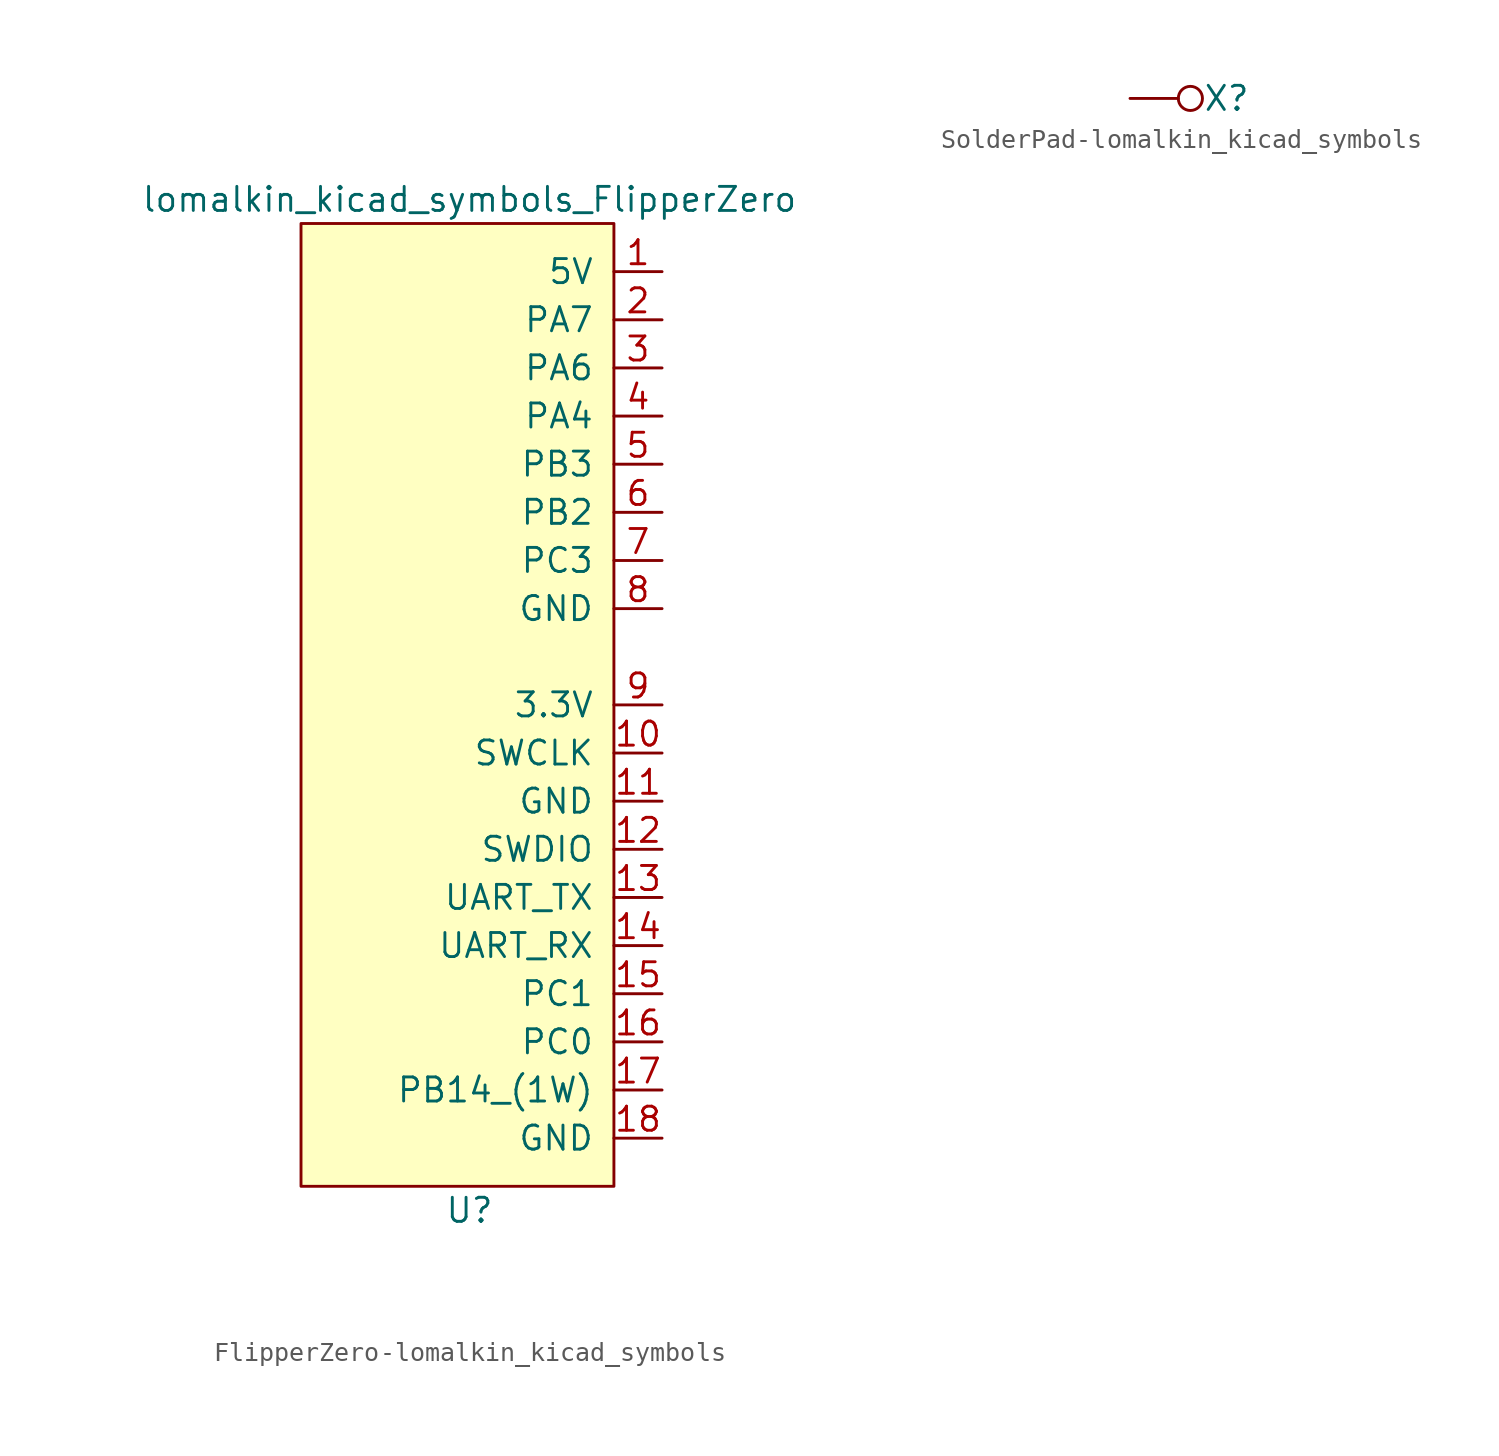
<source format=kicad_sym>
(kicad_symbol_lib
  (version 20231120)
  (generator "kicad_symbol_editor")
  (generator_version "8.0")
  (symbol "FlipperZero-lomalkin_kicad_symbols"
    (pin_names
      (offset 1.016))
    (property "Reference" "U"
      (at 0 -25.4 0)
      (effects (font (size 1.27 1.27))))
    (property "Value" "lomalkin_kicad_symbols_FlipperZero"
      (at 0 27.94 0)
      (effects (font (size 1.27 1.27))))
    (symbol "FlipperZero-lomalkin_kicad_symbols_0_1"
      (rectangle (start 7.62 26.67) (end -8.89 -24.13) (stroke (width 0) (type solid)) (fill (type background))))
    (symbol "FlipperZero-lomalkin_kicad_symbols_1_1"
      (pin input line (at 10.16 24.13 180) (length 2.54) (name "5V" (effects (font (size 1.27 1.27)))) (number "1" (effects (font (size 1.27 1.27)))))
      (pin input line (at 10.16 -1.27 180) (length 2.54) (name "SWCLK" (effects (font (size 1.27 1.27)))) (number "10" (effects (font (size 1.27 1.27)))))
      (pin input line (at 10.16 -3.81 180) (length 2.54) (name "GND" (effects (font (size 1.27 1.27)))) (number "11" (effects (font (size 1.27 1.27)))))
      (pin input line (at 10.16 -6.35 180) (length 2.54) (name "SWDIO" (effects (font (size 1.27 1.27)))) (number "12" (effects (font (size 1.27 1.27)))))
      (pin input line (at 10.16 -8.89 180) (length 2.54) (name "UART_TX" (effects (font (size 1.27 1.27)))) (number "13" (effects (font (size 1.27 1.27)))))
      (pin input line (at 10.16 -11.43 180) (length 2.54) (name "UART_RX" (effects (font (size 1.27 1.27)))) (number "14" (effects (font (size 1.27 1.27)))))
      (pin input line (at 10.16 -13.97 180) (length 2.54) (name "PC1" (effects (font (size 1.27 1.27)))) (number "15" (effects (font (size 1.27 1.27)))))
      (pin input line (at 10.16 -16.51 180) (length 2.54) (name "PC0" (effects (font (size 1.27 1.27)))) (number "16" (effects (font (size 1.27 1.27)))))
      (pin input line (at 10.16 -19.05 180) (length 2.54) (name "PB14_(1W)" (effects (font (size 1.27 1.27)))) (number "17" (effects (font (size 1.27 1.27)))))
      (pin input line (at 10.16 -21.59 180) (length 2.54) (name "GND" (effects (font (size 1.27 1.27)))) (number "18" (effects (font (size 1.27 1.27)))))
      (pin input line (at 10.16 21.59 180) (length 2.54) (name "PA7" (effects (font (size 1.27 1.27)))) (number "2" (effects (font (size 1.27 1.27)))))
      (pin input line (at 10.16 19.05 180) (length 2.54) (name "PA6" (effects (font (size 1.27 1.27)))) (number "3" (effects (font (size 1.27 1.27)))))
      (pin input line (at 10.16 16.51 180) (length 2.54) (name "PA4" (effects (font (size 1.27 1.27)))) (number "4" (effects (font (size 1.27 1.27)))))
      (pin input line (at 10.16 13.97 180) (length 2.54) (name "PB3" (effects (font (size 1.27 1.27)))) (number "5" (effects (font (size 1.27 1.27)))))
      (pin input line (at 10.16 11.43 180) (length 2.54) (name "PB2" (effects (font (size 1.27 1.27)))) (number "6" (effects (font (size 1.27 1.27)))))
      (pin input line (at 10.16 8.89 180) (length 2.54) (name "PC3" (effects (font (size 1.27 1.27)))) (number "7" (effects (font (size 1.27 1.27)))))
      (pin input line (at 10.16 6.35 180) (length 2.54) (name "GND" (effects (font (size 1.27 1.27)))) (number "8" (effects (font (size 1.27 1.27)))))
      (pin input line (at 10.16 1.27 180) (length 2.54) (name "3.3V" (effects (font (size 1.27 1.27)))) (number "9" (effects (font (size 1.27 1.27)))))))
  (symbol "SolderPad-lomalkin_kicad_symbols"
    (pin_names
      (offset 1.016))
    (property "Reference" "X"
      (at 5.08 0 0)
      (effects (font (size 1.27 1.27))))
    (symbol "SolderPad-lomalkin_kicad_symbols_0_1"
      (circle (center 3.175 0) (radius 0.635) (stroke (width 0) (type solid)) (fill (type none))))
    (symbol "SolderPad-lomalkin_kicad_symbols_1_1"
      (pin input line (at 0 0 0) (length 2.54) (name "~" (effects (font (size 1.27 1.27)))) (number "1" (effects (font (size 0 0))))))))
</source>
